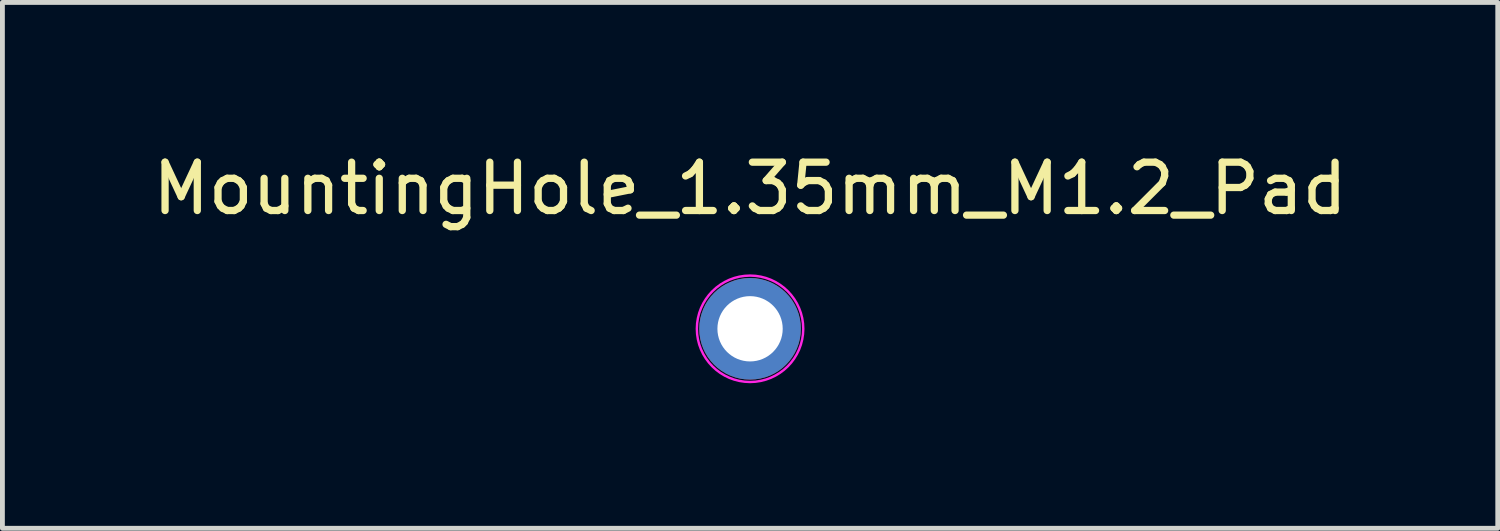
<source format=kicad_pcb>
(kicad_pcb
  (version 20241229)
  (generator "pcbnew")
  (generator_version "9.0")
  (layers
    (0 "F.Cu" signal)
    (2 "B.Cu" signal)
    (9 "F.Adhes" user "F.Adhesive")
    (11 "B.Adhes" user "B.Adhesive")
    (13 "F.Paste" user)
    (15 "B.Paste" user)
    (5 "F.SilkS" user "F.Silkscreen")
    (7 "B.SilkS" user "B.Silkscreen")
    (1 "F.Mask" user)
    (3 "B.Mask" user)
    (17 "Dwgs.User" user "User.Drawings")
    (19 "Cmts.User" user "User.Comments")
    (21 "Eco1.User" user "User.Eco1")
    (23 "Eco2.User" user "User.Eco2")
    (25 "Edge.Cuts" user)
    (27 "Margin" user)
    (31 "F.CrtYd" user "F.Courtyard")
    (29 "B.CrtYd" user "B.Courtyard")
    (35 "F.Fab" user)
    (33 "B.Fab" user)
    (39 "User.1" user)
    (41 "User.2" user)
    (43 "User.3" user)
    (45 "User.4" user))
  (footprint "MountingHole_1.35mm_M1.2_Pad"
    (layer "F.Cu")
    (at 12.458 3.748)
    (property "Reference" "MountingHole_1.35mm_M1.2_Pad" (at 0 -2.9 0) (layer "F.SilkS") (effects (font (size 1 1) (thickness 0.15))))
    (attr exclude_from_pos_files exclude_from_bom)
    (fp_circle (center 0 0) (end 1.1 0) (stroke (width 0.05) (type solid)) (fill no) (layer "F.CrtYd"))
    (pad "1" thru_hole circle (at 0 0) (size 2.1 2.1) (drill 1.35) (layers "*.Cu" "*.Mask")))
  (gr_rect
    (start -3 -3)
    (end 27.917 7.873)
    (stroke (width 0.1) (type default))
    (fill no)
    (layer "Edge.Cuts")))
</source>
